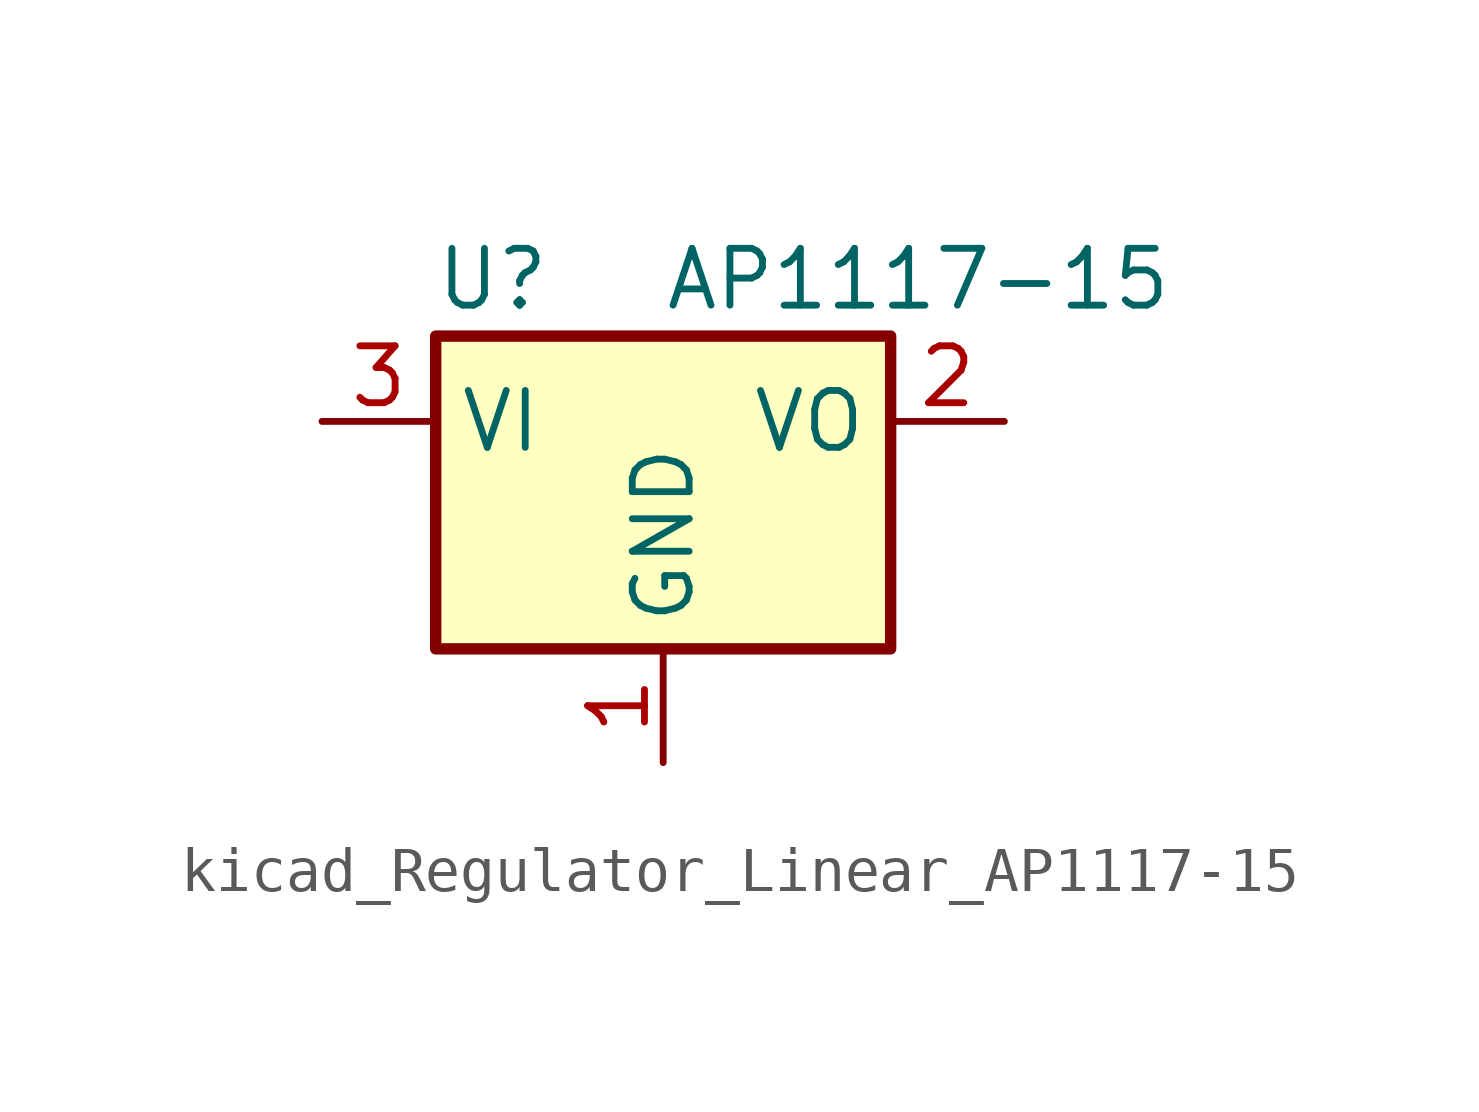
<source format=kicad_sym>
(kicad_symbol_lib
  (version 20220914)
  (generator kicad_symbol_editor)
  (symbol "kicad_Regulator_Linear_AP1117-15"
    (property "Reference" "U"
      (at -3.81 3.175 0)
      (effects (font (size 1.27 1.27))))
    (property "Value" "AP1117-15"
      (at 0 3.175 0)
      (effects (font (size 1.27 1.27)) (justify left)))
    (symbol "kicad_Regulator_Linear_AP1117-15_0_1"
      (rectangle (start -5.08 -5.08) (end 5.08 1.905) (stroke (width 0.254) (type default)) (fill (type background))))
    (symbol "kicad_Regulator_Linear_AP1117-15_1_1"
      (pin power_in line (at 0 -7.62 90) (length 2.54) (name "GND" (effects (font (size 1.27 1.27)))) (number "1" (effects (font (size 1.27 1.27)))))
      (pin power_out line (at 7.62 0 180) (length 2.54) (name "VO" (effects (font (size 1.27 1.27)))) (number "2" (effects (font (size 1.27 1.27)))))
      (pin power_in line (at -7.62 0 0) (length 2.54) (name "VI" (effects (font (size 1.27 1.27)))) (number "3" (effects (font (size 1.27 1.27))))))))
</source>
